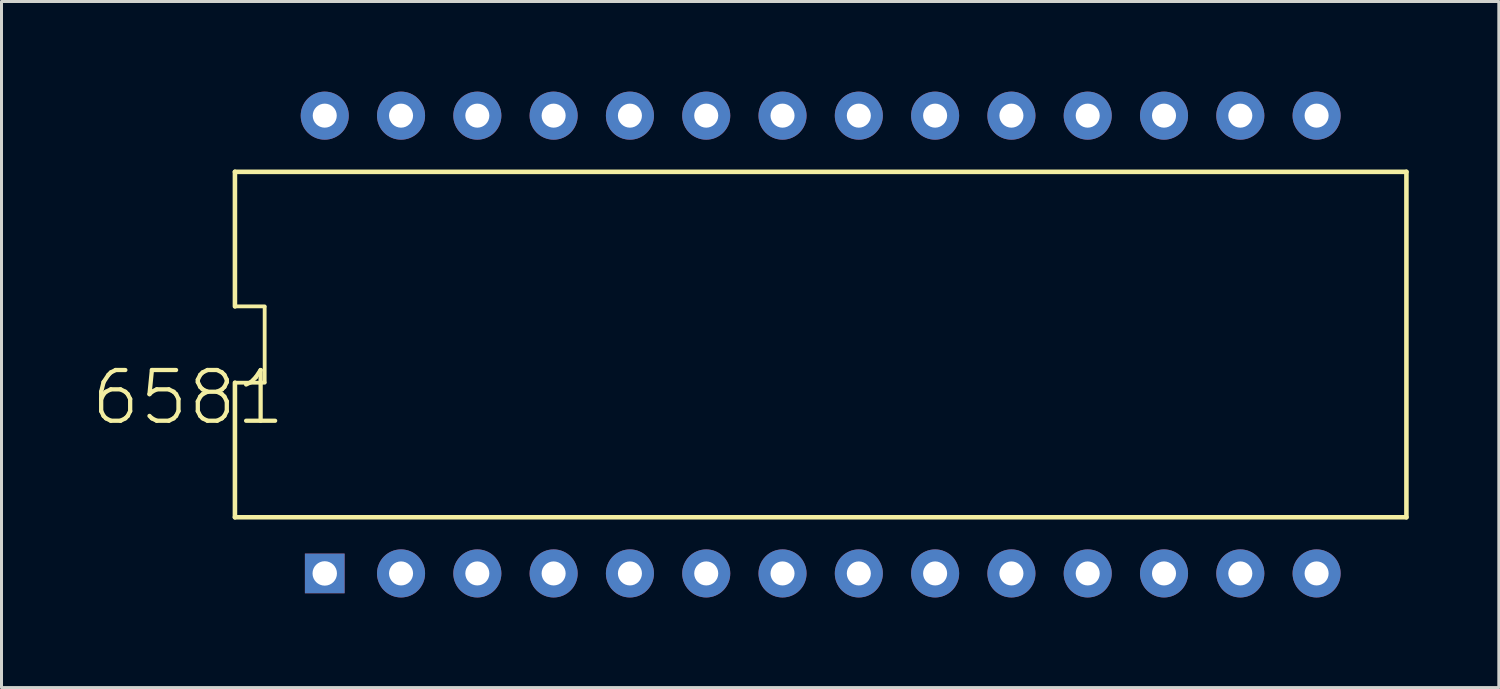
<source format=kicad_pcb>
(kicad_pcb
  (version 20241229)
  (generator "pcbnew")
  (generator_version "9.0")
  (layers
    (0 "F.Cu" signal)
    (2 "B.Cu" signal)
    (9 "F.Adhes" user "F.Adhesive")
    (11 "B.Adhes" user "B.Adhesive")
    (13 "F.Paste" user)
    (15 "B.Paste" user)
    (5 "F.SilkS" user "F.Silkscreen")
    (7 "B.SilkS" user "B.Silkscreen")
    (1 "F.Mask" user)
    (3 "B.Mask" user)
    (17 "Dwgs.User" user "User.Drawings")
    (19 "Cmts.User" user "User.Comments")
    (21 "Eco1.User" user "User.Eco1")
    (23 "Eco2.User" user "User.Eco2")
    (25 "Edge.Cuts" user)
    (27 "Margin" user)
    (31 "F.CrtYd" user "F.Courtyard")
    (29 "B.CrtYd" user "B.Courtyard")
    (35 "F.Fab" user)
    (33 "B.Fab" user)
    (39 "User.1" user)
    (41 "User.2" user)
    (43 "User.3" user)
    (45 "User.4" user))
  (footprint "6581"
    (layer "F.Cu")
    (at 24.271 8.42)
    (property "Reference" "6581" (at -17.747 0.775 0) (layer "F.SilkS") (effects (font (size 1.689 1.689) (thickness 0.142)) (justify right top)))
    (attr through_hole)
    (fp_line (start -19.5 -5.75) (end -19.5 -1.27) (stroke (width 0.152) (type solid)) (layer "F.SilkS"))
    (fp_line (start -19.5 -1.27) (end -18.51 -1.27) (stroke (width 0.127) (type solid)) (layer "F.SilkS"))
    (fp_line (start -19.5 1.27) (end -18.51 1.27) (stroke (width 0.127) (type solid)) (layer "F.SilkS"))
    (fp_line (start -19.5 5.75) (end -19.5 1.27) (stroke (width 0.152) (type solid)) (layer "F.SilkS"))
    (fp_line (start -19.5 5.75) (end 19.5 5.75) (stroke (width 0.152) (type solid)) (layer "F.SilkS"))
    (fp_line (start -18.51 1.25) (end -18.51 -1.25) (stroke (width 0.127) (type solid)) (layer "F.SilkS"))
    (fp_line (start 19.5 -5.75) (end -19.5 -5.75) (stroke (width 0.152) (type solid)) (layer "F.SilkS"))
    (fp_line (start 19.5 -5.75) (end 19.5 5.75) (stroke (width 0.152) (type solid)) (layer "F.SilkS"))
    (pad "1" thru_hole rect (at -16.51 7.62 90) (size 1.321 1.321) (drill 0.813) (layers "*.Cu" "*.Mask"))
    (pad "2" thru_hole circle (at -13.97 7.62 90) (size 1.6 1.6) (drill 0.8) (layers "*.Cu" "*.Mask"))
    (pad "3" thru_hole circle (at -11.43 7.62 90) (size 1.6 1.6) (drill 0.8) (layers "*.Cu" "*.Mask"))
    (pad "4" thru_hole circle (at -8.89 7.62 90) (size 1.6 1.6) (drill 0.8) (layers "*.Cu" "*.Mask"))
    (pad "5" thru_hole circle (at -6.35 7.62 90) (size 1.6 1.6) (drill 0.8) (layers "*.Cu" "*.Mask"))
    (pad "6" thru_hole circle (at -3.81 7.62 90) (size 1.6 1.6) (drill 0.8) (layers "*.Cu" "*.Mask"))
    (pad "7" thru_hole circle (at -1.27 7.62 90) (size 1.6 1.6) (drill 0.8) (layers "*.Cu" "*.Mask"))
    (pad "8" thru_hole circle (at 1.27 7.62 90) (size 1.6 1.6) (drill 0.8) (layers "*.Cu" "*.Mask"))
    (pad "9" thru_hole circle (at 3.81 7.62 90) (size 1.6 1.6) (drill 0.8) (layers "*.Cu" "*.Mask"))
    (pad "10" thru_hole circle (at 6.35 7.62 90) (size 1.6 1.6) (drill 0.8) (layers "*.Cu" "*.Mask"))
    (pad "11" thru_hole circle (at 8.89 7.62 90) (size 1.6 1.6) (drill 0.8) (layers "*.Cu" "*.Mask"))
    (pad "12" thru_hole circle (at 11.43 7.62 90) (size 1.6 1.6) (drill 0.8) (layers "*.Cu" "*.Mask"))
    (pad "13" thru_hole circle (at 13.97 7.62 90) (size 1.6 1.6) (drill 0.8) (layers "*.Cu" "*.Mask"))
    (pad "14" thru_hole circle (at 16.51 7.62 90) (size 1.6 1.6) (drill 0.8) (layers "*.Cu" "*.Mask"))
    (pad "15" thru_hole circle (at 16.51 -7.62 90) (size 1.6 1.6) (drill 0.8) (layers "*.Cu" "*.Mask"))
    (pad "16" thru_hole circle (at 13.97 -7.62 90) (size 1.6 1.6) (drill 0.8) (layers "*.Cu" "*.Mask"))
    (pad "17" thru_hole circle (at 11.43 -7.62 90) (size 1.6 1.6) (drill 0.8) (layers "*.Cu" "*.Mask"))
    (pad "18" thru_hole circle (at 8.89 -7.62 90) (size 1.6 1.6) (drill 0.8) (layers "*.Cu" "*.Mask"))
    (pad "19" thru_hole circle (at 6.35 -7.62 90) (size 1.6 1.6) (drill 0.8) (layers "*.Cu" "*.Mask"))
    (pad "20" thru_hole circle (at 3.81 -7.62 90) (size 1.6 1.6) (drill 0.8) (layers "*.Cu" "*.Mask"))
    (pad "21" thru_hole circle (at 1.27 -7.62 90) (size 1.6 1.6) (drill 0.8) (layers "*.Cu" "*.Mask"))
    (pad "22" thru_hole circle (at -1.27 -7.62 90) (size 1.6 1.6) (drill 0.8) (layers "*.Cu" "*.Mask"))
    (pad "23" thru_hole circle (at -3.81 -7.62 90) (size 1.6 1.6) (drill 0.8) (layers "*.Cu" "*.Mask"))
    (pad "24" thru_hole circle (at -6.35 -7.62 90) (size 1.6 1.6) (drill 0.8) (layers "*.Cu" "*.Mask"))
    (pad "25" thru_hole circle (at -8.89 -7.62 90) (size 1.6 1.6) (drill 0.8) (layers "*.Cu" "*.Mask"))
    (pad "26" thru_hole circle (at -11.43 -7.62 90) (size 1.6 1.6) (drill 0.8) (layers "*.Cu" "*.Mask"))
    (pad "27" thru_hole circle (at -13.97 -7.62 90) (size 1.6 1.6) (drill 0.8) (layers "*.Cu" "*.Mask"))
    (pad "28" thru_hole circle (at -16.51 -7.62 90) (size 1.6 1.6) (drill 0.8) (layers "*.Cu" "*.Mask")))
  (gr_rect
    (start -3 -3)
    (end 46.847 19.84)
    (stroke (width 0.1) (type default))
    (fill no)
    (layer "Edge.Cuts")))
</source>
